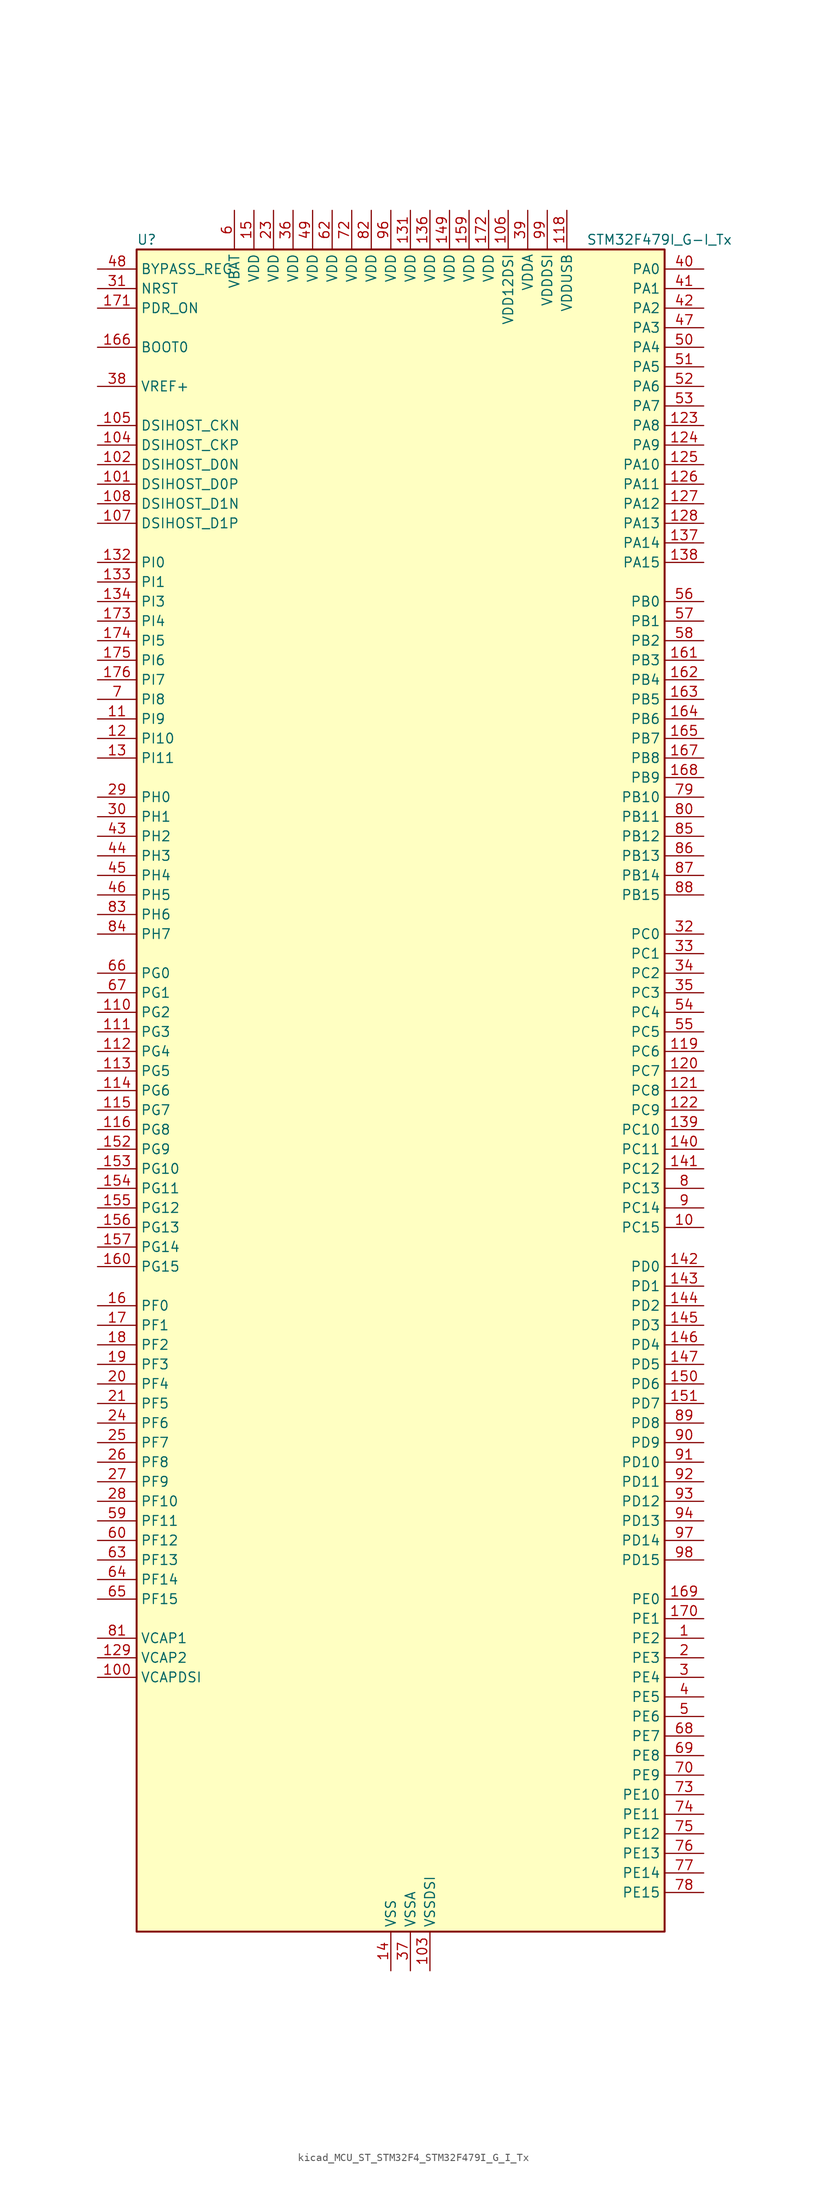
<source format=kicad_sym>
(kicad_symbol_lib
  (version 20220914)
  (generator kicad_symbol_editor)
  (symbol "kicad_MCU_ST_STM32F4_STM32F479I_G_I_Tx"
    (property "Reference" "U"
      (at -33.02 110.49 0)
      (effects (font (size 1.27 1.27)) (justify left)))
    (property "Value" "STM32F479I_G-I_Tx"
      (at 25.4 110.49 0)
      (effects (font (size 1.27 1.27)) (justify left)))
    (property "ki_locked" ""
      (at 0 0 0)
      (effects (font (size 1.27 1.27))))
    (symbol "kicad_MCU_ST_STM32F4_STM32F479I_G_I_Tx_0_1"
      (rectangle (start -33.02 -109.22) (end 35.56 109.22) (stroke (width 0.254) (type default)) (fill (type background))))
    (symbol "kicad_MCU_ST_STM32F4_STM32F479I_G_I_Tx_1_1"
      (pin bidirectional line (at 40.64 -71.12 180) (length 5.08) (name "PE2" (effects (font (size 1.27 1.27)))) (number "1" (effects (font (size 1.27 1.27)))) (alternate "ETH_TXD3" bidirectional line) (alternate "FMC_A23" bidirectional line) (alternate "QUADSPI_BK1_IO2" bidirectional line) (alternate "SAI1_MCLK_A" bidirectional line) (alternate "SPI4_SCK" bidirectional line) (alternate "SYS_TRACECLK" bidirectional line))
      (pin bidirectional line (at 40.64 -17.78 180) (length 5.08) (name "PC15" (effects (font (size 1.27 1.27)))) (number "10" (effects (font (size 1.27 1.27)))) (alternate "ADC1_EXTI15" bidirectional line) (alternate "ADC2_EXTI15" bidirectional line) (alternate "ADC3_EXTI15" bidirectional line) (alternate "RCC_OSC32_OUT" bidirectional line))
      (pin power_out line (at -38.1 -76.2 0) (length 5.08) (name "VCAPDSI" (effects (font (size 1.27 1.27)))) (number "100" (effects (font (size 1.27 1.27)))))
      (pin bidirectional line (at -38.1 78.74 0) (length 5.08) (name "DSIHOST_D0P" (effects (font (size 1.27 1.27)))) (number "101" (effects (font (size 1.27 1.27)))) (alternate "DSIHOST_D0P" bidirectional line))
      (pin bidirectional line (at -38.1 81.28 0) (length 5.08) (name "DSIHOST_D0N" (effects (font (size 1.27 1.27)))) (number "102" (effects (font (size 1.27 1.27)))) (alternate "DSIHOST_D0N" bidirectional line))
      (pin power_in line (at 5.08 -114.3 90) (length 5.08) (name "VSSDSI" (effects (font (size 1.27 1.27)))) (number "103" (effects (font (size 1.27 1.27)))))
      (pin bidirectional line (at -38.1 83.82 0) (length 5.08) (name "DSIHOST_CKP" (effects (font (size 1.27 1.27)))) (number "104" (effects (font (size 1.27 1.27)))) (alternate "DSIHOST_CKP" bidirectional line))
      (pin bidirectional line (at -38.1 86.36 0) (length 5.08) (name "DSIHOST_CKN" (effects (font (size 1.27 1.27)))) (number "105" (effects (font (size 1.27 1.27)))) (alternate "DSIHOST_CKN" bidirectional line))
      (pin power_in line (at 15.24 114.3 270) (length 5.08) (name "VDD12DSI" (effects (font (size 1.27 1.27)))) (number "106" (effects (font (size 1.27 1.27)))))
      (pin bidirectional line (at -38.1 73.66 0) (length 5.08) (name "DSIHOST_D1P" (effects (font (size 1.27 1.27)))) (number "107" (effects (font (size 1.27 1.27)))) (alternate "DSIHOST_D1P" bidirectional line))
      (pin bidirectional line (at -38.1 76.2 0) (length 5.08) (name "DSIHOST_D1N" (effects (font (size 1.27 1.27)))) (number "108" (effects (font (size 1.27 1.27)))) (alternate "DSIHOST_D1N" bidirectional line))
      (pin passive line (at 5.08 -114.3 90) (length 5.08) hide (name "VSSDSI" (effects (font (size 1.27 1.27)))) (number "109" (effects (font (size 1.27 1.27)))))
      (pin bidirectional line (at -38.1 48.26 0) (length 5.08) (name "PI9" (effects (font (size 1.27 1.27)))) (number "11" (effects (font (size 1.27 1.27)))) (alternate "CAN1_RX" bidirectional line) (alternate "DAC_EXTI9" bidirectional line) (alternate "FMC_D30" bidirectional line) (alternate "LTDC_VSYNC" bidirectional line))
      (pin bidirectional line (at -38.1 10.16 0) (length 5.08) (name "PG2" (effects (font (size 1.27 1.27)))) (number "110" (effects (font (size 1.27 1.27)))) (alternate "FMC_A12" bidirectional line))
      (pin bidirectional line (at -38.1 7.62 0) (length 5.08) (name "PG3" (effects (font (size 1.27 1.27)))) (number "111" (effects (font (size 1.27 1.27)))) (alternate "FMC_A13" bidirectional line))
      (pin bidirectional line (at -38.1 5.08 0) (length 5.08) (name "PG4" (effects (font (size 1.27 1.27)))) (number "112" (effects (font (size 1.27 1.27)))) (alternate "FMC_A14" bidirectional line) (alternate "FMC_BA0" bidirectional line))
      (pin bidirectional line (at -38.1 2.54 0) (length 5.08) (name "PG5" (effects (font (size 1.27 1.27)))) (number "113" (effects (font (size 1.27 1.27)))) (alternate "FMC_A15" bidirectional line) (alternate "FMC_BA1" bidirectional line))
      (pin bidirectional line (at -38.1 0 0) (length 5.08) (name "PG6" (effects (font (size 1.27 1.27)))) (number "114" (effects (font (size 1.27 1.27)))) (alternate "DCMI_D12" bidirectional line) (alternate "LTDC_R7" bidirectional line))
      (pin bidirectional line (at -38.1 -2.54 0) (length 5.08) (name "PG7" (effects (font (size 1.27 1.27)))) (number "115" (effects (font (size 1.27 1.27)))) (alternate "DCMI_D13" bidirectional line) (alternate "FMC_INT" bidirectional line) (alternate "LTDC_CLK" bidirectional line) (alternate "SAI1_MCLK_A" bidirectional line) (alternate "USART6_CK" bidirectional line))
      (pin bidirectional line (at -38.1 -5.08 0) (length 5.08) (name "PG8" (effects (font (size 1.27 1.27)))) (number "116" (effects (font (size 1.27 1.27)))) (alternate "ETH_PPS_OUT" bidirectional line) (alternate "FMC_SDCLK" bidirectional line) (alternate "LTDC_G7" bidirectional line) (alternate "SPI6_NSS" bidirectional line) (alternate "USART6_RTS" bidirectional line))
      (pin passive line (at 0 -114.3 90) (length 5.08) hide (name "VSS" (effects (font (size 1.27 1.27)))) (number "117" (effects (font (size 1.27 1.27)))))
      (pin power_in line (at 22.86 114.3 270) (length 5.08) (name "VDDUSB" (effects (font (size 1.27 1.27)))) (number "118" (effects (font (size 1.27 1.27)))))
      (pin bidirectional line (at 40.64 5.08 180) (length 5.08) (name "PC6" (effects (font (size 1.27 1.27)))) (number "119" (effects (font (size 1.27 1.27)))) (alternate "DCMI_D0" bidirectional line) (alternate "I2S2_MCK" bidirectional line) (alternate "LTDC_HSYNC" bidirectional line) (alternate "SDIO_D6" bidirectional line) (alternate "TIM3_CH1" bidirectional line) (alternate "TIM8_CH1" bidirectional line) (alternate "USART6_TX" bidirectional line))
      (pin bidirectional line (at -38.1 45.72 0) (length 5.08) (name "PI10" (effects (font (size 1.27 1.27)))) (number "12" (effects (font (size 1.27 1.27)))) (alternate "ETH_RX_ER" bidirectional line) (alternate "FMC_D31" bidirectional line) (alternate "LTDC_HSYNC" bidirectional line))
      (pin bidirectional line (at 40.64 2.54 180) (length 5.08) (name "PC7" (effects (font (size 1.27 1.27)))) (number "120" (effects (font (size 1.27 1.27)))) (alternate "DCMI_D1" bidirectional line) (alternate "I2S3_MCK" bidirectional line) (alternate "LTDC_G6" bidirectional line) (alternate "SDIO_D7" bidirectional line) (alternate "TIM3_CH2" bidirectional line) (alternate "TIM8_CH2" bidirectional line) (alternate "USART6_RX" bidirectional line))
      (pin bidirectional line (at 40.64 0 180) (length 5.08) (name "PC8" (effects (font (size 1.27 1.27)))) (number "121" (effects (font (size 1.27 1.27)))) (alternate "DCMI_D2" bidirectional line) (alternate "SDIO_D0" bidirectional line) (alternate "SYS_TRACED1" bidirectional line) (alternate "TIM3_CH3" bidirectional line) (alternate "TIM8_CH3" bidirectional line) (alternate "USART6_CK" bidirectional line))
      (pin bidirectional line (at 40.64 -2.54 180) (length 5.08) (name "PC9" (effects (font (size 1.27 1.27)))) (number "122" (effects (font (size 1.27 1.27)))) (alternate "DAC_EXTI9" bidirectional line) (alternate "DCMI_D3" bidirectional line) (alternate "I2C3_SDA" bidirectional line) (alternate "I2S_CKIN" bidirectional line) (alternate "QUADSPI_BK1_IO0" bidirectional line) (alternate "RCC_MCO_2" bidirectional line) (alternate "SDIO_D1" bidirectional line) (alternate "TIM3_CH4" bidirectional line) (alternate "TIM8_CH4" bidirectional line))
      (pin bidirectional line (at 40.64 86.36 180) (length 5.08) (name "PA8" (effects (font (size 1.27 1.27)))) (number "123" (effects (font (size 1.27 1.27)))) (alternate "I2C3_SCL" bidirectional line) (alternate "LTDC_R6" bidirectional line) (alternate "RCC_MCO_1" bidirectional line) (alternate "TIM1_CH1" bidirectional line) (alternate "USART1_CK" bidirectional line) (alternate "USB_OTG_FS_SOF" bidirectional line))
      (pin bidirectional line (at 40.64 83.82 180) (length 5.08) (name "PA9" (effects (font (size 1.27 1.27)))) (number "124" (effects (font (size 1.27 1.27)))) (alternate "DAC_EXTI9" bidirectional line) (alternate "DCMI_D0" bidirectional line) (alternate "I2C3_SMBA" bidirectional line) (alternate "I2S2_CK" bidirectional line) (alternate "SPI2_SCK" bidirectional line) (alternate "TIM1_CH2" bidirectional line) (alternate "USART1_TX" bidirectional line) (alternate "USB_OTG_FS_VBUS" bidirectional line))
      (pin bidirectional line (at 40.64 81.28 180) (length 5.08) (name "PA10" (effects (font (size 1.27 1.27)))) (number "125" (effects (font (size 1.27 1.27)))) (alternate "DCMI_D1" bidirectional line) (alternate "TIM1_CH3" bidirectional line) (alternate "USART1_RX" bidirectional line) (alternate "USB_OTG_FS_ID" bidirectional line))
      (pin bidirectional line (at 40.64 78.74 180) (length 5.08) (name "PA11" (effects (font (size 1.27 1.27)))) (number "126" (effects (font (size 1.27 1.27)))) (alternate "ADC1_EXTI11" bidirectional line) (alternate "ADC2_EXTI11" bidirectional line) (alternate "ADC3_EXTI11" bidirectional line) (alternate "CAN1_RX" bidirectional line) (alternate "LTDC_R4" bidirectional line) (alternate "TIM1_CH4" bidirectional line) (alternate "USART1_CTS" bidirectional line) (alternate "USB_OTG_FS_DM" bidirectional line))
      (pin bidirectional line (at 40.64 76.2 180) (length 5.08) (name "PA12" (effects (font (size 1.27 1.27)))) (number "127" (effects (font (size 1.27 1.27)))) (alternate "CAN1_TX" bidirectional line) (alternate "LTDC_R5" bidirectional line) (alternate "TIM1_ETR" bidirectional line) (alternate "USART1_RTS" bidirectional line) (alternate "USB_OTG_FS_DP" bidirectional line))
      (pin bidirectional line (at 40.64 73.66 180) (length 5.08) (name "PA13" (effects (font (size 1.27 1.27)))) (number "128" (effects (font (size 1.27 1.27)))) (alternate "SYS_JTMS-SWDIO" bidirectional line))
      (pin power_out line (at -38.1 -73.66 0) (length 5.08) (name "VCAP2" (effects (font (size 1.27 1.27)))) (number "129" (effects (font (size 1.27 1.27)))))
      (pin bidirectional line (at -38.1 43.18 0) (length 5.08) (name "PI11" (effects (font (size 1.27 1.27)))) (number "13" (effects (font (size 1.27 1.27)))) (alternate "ADC1_EXTI11" bidirectional line) (alternate "ADC2_EXTI11" bidirectional line) (alternate "ADC3_EXTI11" bidirectional line) (alternate "LTDC_G6" bidirectional line) (alternate "USB_OTG_HS_ULPI_DIR" bidirectional line))
      (pin passive line (at 0 -114.3 90) (length 5.08) hide (name "VSS" (effects (font (size 1.27 1.27)))) (number "130" (effects (font (size 1.27 1.27)))))
      (pin power_in line (at 2.54 114.3 270) (length 5.08) (name "VDD" (effects (font (size 1.27 1.27)))) (number "131" (effects (font (size 1.27 1.27)))))
      (pin bidirectional line (at -38.1 68.58 0) (length 5.08) (name "PI0" (effects (font (size 1.27 1.27)))) (number "132" (effects (font (size 1.27 1.27)))) (alternate "DCMI_D13" bidirectional line) (alternate "FMC_D24" bidirectional line) (alternate "I2S2_WS" bidirectional line) (alternate "LTDC_G5" bidirectional line) (alternate "SPI2_NSS" bidirectional line) (alternate "TIM5_CH4" bidirectional line))
      (pin bidirectional line (at -38.1 66.04 0) (length 5.08) (name "PI1" (effects (font (size 1.27 1.27)))) (number "133" (effects (font (size 1.27 1.27)))) (alternate "DCMI_D8" bidirectional line) (alternate "FMC_D25" bidirectional line) (alternate "I2S2_CK" bidirectional line) (alternate "LTDC_G6" bidirectional line) (alternate "SPI2_SCK" bidirectional line))
      (pin bidirectional line (at -38.1 63.5 0) (length 5.08) (name "PI3" (effects (font (size 1.27 1.27)))) (number "134" (effects (font (size 1.27 1.27)))) (alternate "DCMI_D10" bidirectional line) (alternate "FMC_D27" bidirectional line) (alternate "I2S2_SD" bidirectional line) (alternate "SPI2_MOSI" bidirectional line) (alternate "TIM8_ETR" bidirectional line))
      (pin passive line (at 0 -114.3 90) (length 5.08) hide (name "VSS" (effects (font (size 1.27 1.27)))) (number "135" (effects (font (size 1.27 1.27)))))
      (pin power_in line (at 5.08 114.3 270) (length 5.08) (name "VDD" (effects (font (size 1.27 1.27)))) (number "136" (effects (font (size 1.27 1.27)))))
      (pin bidirectional line (at 40.64 71.12 180) (length 5.08) (name "PA14" (effects (font (size 1.27 1.27)))) (number "137" (effects (font (size 1.27 1.27)))) (alternate "SYS_JTCK-SWCLK" bidirectional line))
      (pin bidirectional line (at 40.64 68.58 180) (length 5.08) (name "PA15" (effects (font (size 1.27 1.27)))) (number "138" (effects (font (size 1.27 1.27)))) (alternate "ADC1_EXTI15" bidirectional line) (alternate "ADC2_EXTI15" bidirectional line) (alternate "ADC3_EXTI15" bidirectional line) (alternate "I2S3_WS" bidirectional line) (alternate "SPI1_NSS" bidirectional line) (alternate "SPI3_NSS" bidirectional line) (alternate "SYS_JTDI" bidirectional line) (alternate "TIM2_CH1" bidirectional line) (alternate "TIM2_ETR" bidirectional line))
      (pin bidirectional line (at 40.64 -5.08 180) (length 5.08) (name "PC10" (effects (font (size 1.27 1.27)))) (number "139" (effects (font (size 1.27 1.27)))) (alternate "DCMI_D8" bidirectional line) (alternate "I2S3_CK" bidirectional line) (alternate "LTDC_R2" bidirectional line) (alternate "QUADSPI_BK1_IO1" bidirectional line) (alternate "SDIO_D2" bidirectional line) (alternate "SPI3_SCK" bidirectional line) (alternate "UART4_TX" bidirectional line) (alternate "USART3_TX" bidirectional line))
      (pin power_in line (at 0 -114.3 90) (length 5.08) (name "VSS" (effects (font (size 1.27 1.27)))) (number "14" (effects (font (size 1.27 1.27)))))
      (pin bidirectional line (at 40.64 -7.62 180) (length 5.08) (name "PC11" (effects (font (size 1.27 1.27)))) (number "140" (effects (font (size 1.27 1.27)))) (alternate "ADC1_EXTI11" bidirectional line) (alternate "ADC2_EXTI11" bidirectional line) (alternate "ADC3_EXTI11" bidirectional line) (alternate "DCMI_D4" bidirectional line) (alternate "I2S3_ext_SD" bidirectional line) (alternate "QUADSPI_BK2_NCS" bidirectional line) (alternate "SDIO_D3" bidirectional line) (alternate "SPI3_MISO" bidirectional line) (alternate "UART4_RX" bidirectional line) (alternate "USART3_RX" bidirectional line))
      (pin bidirectional line (at 40.64 -10.16 180) (length 5.08) (name "PC12" (effects (font (size 1.27 1.27)))) (number "141" (effects (font (size 1.27 1.27)))) (alternate "DCMI_D9" bidirectional line) (alternate "I2S3_SD" bidirectional line) (alternate "SDIO_CK" bidirectional line) (alternate "SPI3_MOSI" bidirectional line) (alternate "SYS_TRACED3" bidirectional line) (alternate "UART5_TX" bidirectional line) (alternate "USART3_CK" bidirectional line))
      (pin bidirectional line (at 40.64 -22.86 180) (length 5.08) (name "PD0" (effects (font (size 1.27 1.27)))) (number "142" (effects (font (size 1.27 1.27)))) (alternate "CAN1_RX" bidirectional line) (alternate "FMC_D2" bidirectional line) (alternate "FMC_DA2" bidirectional line))
      (pin bidirectional line (at 40.64 -25.4 180) (length 5.08) (name "PD1" (effects (font (size 1.27 1.27)))) (number "143" (effects (font (size 1.27 1.27)))) (alternate "CAN1_TX" bidirectional line) (alternate "FMC_D3" bidirectional line) (alternate "FMC_DA3" bidirectional line))
      (pin bidirectional line (at 40.64 -27.94 180) (length 5.08) (name "PD2" (effects (font (size 1.27 1.27)))) (number "144" (effects (font (size 1.27 1.27)))) (alternate "DCMI_D11" bidirectional line) (alternate "SDIO_CMD" bidirectional line) (alternate "SYS_TRACED2" bidirectional line) (alternate "TIM3_ETR" bidirectional line) (alternate "UART5_RX" bidirectional line))
      (pin bidirectional line (at 40.64 -30.48 180) (length 5.08) (name "PD3" (effects (font (size 1.27 1.27)))) (number "145" (effects (font (size 1.27 1.27)))) (alternate "DCMI_D5" bidirectional line) (alternate "FMC_CLK" bidirectional line) (alternate "I2S2_CK" bidirectional line) (alternate "LTDC_G7" bidirectional line) (alternate "SPI2_SCK" bidirectional line) (alternate "USART2_CTS" bidirectional line))
      (pin bidirectional line (at 40.64 -33.02 180) (length 5.08) (name "PD4" (effects (font (size 1.27 1.27)))) (number "146" (effects (font (size 1.27 1.27)))) (alternate "FMC_NOE" bidirectional line) (alternate "USART2_RTS" bidirectional line))
      (pin bidirectional line (at 40.64 -35.56 180) (length 5.08) (name "PD5" (effects (font (size 1.27 1.27)))) (number "147" (effects (font (size 1.27 1.27)))) (alternate "FMC_NWE" bidirectional line) (alternate "USART2_TX" bidirectional line))
      (pin passive line (at 0 -114.3 90) (length 5.08) hide (name "VSS" (effects (font (size 1.27 1.27)))) (number "148" (effects (font (size 1.27 1.27)))))
      (pin power_in line (at 7.62 114.3 270) (length 5.08) (name "VDD" (effects (font (size 1.27 1.27)))) (number "149" (effects (font (size 1.27 1.27)))))
      (pin power_in line (at -17.78 114.3 270) (length 5.08) (name "VDD" (effects (font (size 1.27 1.27)))) (number "15" (effects (font (size 1.27 1.27)))))
      (pin bidirectional line (at 40.64 -38.1 180) (length 5.08) (name "PD6" (effects (font (size 1.27 1.27)))) (number "150" (effects (font (size 1.27 1.27)))) (alternate "DCMI_D10" bidirectional line) (alternate "FMC_NWAIT" bidirectional line) (alternate "I2S3_SD" bidirectional line) (alternate "LTDC_B2" bidirectional line) (alternate "SAI1_SD_A" bidirectional line) (alternate "SPI3_MOSI" bidirectional line) (alternate "USART2_RX" bidirectional line))
      (pin bidirectional line (at 40.64 -40.64 180) (length 5.08) (name "PD7" (effects (font (size 1.27 1.27)))) (number "151" (effects (font (size 1.27 1.27)))) (alternate "FMC_NE1" bidirectional line) (alternate "USART2_CK" bidirectional line))
      (pin bidirectional line (at -38.1 -7.62 0) (length 5.08) (name "PG9" (effects (font (size 1.27 1.27)))) (number "152" (effects (font (size 1.27 1.27)))) (alternate "DAC_EXTI9" bidirectional line) (alternate "DCMI_VSYNC" bidirectional line) (alternate "FMC_NCE" bidirectional line) (alternate "FMC_NE2" bidirectional line) (alternate "QUADSPI_BK2_IO2" bidirectional line) (alternate "USART6_RX" bidirectional line))
      (pin bidirectional line (at -38.1 -10.16 0) (length 5.08) (name "PG10" (effects (font (size 1.27 1.27)))) (number "153" (effects (font (size 1.27 1.27)))) (alternate "DCMI_D2" bidirectional line) (alternate "FMC_NE3" bidirectional line) (alternate "LTDC_B2" bidirectional line) (alternate "LTDC_G3" bidirectional line))
      (pin bidirectional line (at -38.1 -12.7 0) (length 5.08) (name "PG11" (effects (font (size 1.27 1.27)))) (number "154" (effects (font (size 1.27 1.27)))) (alternate "ADC1_EXTI11" bidirectional line) (alternate "ADC2_EXTI11" bidirectional line) (alternate "ADC3_EXTI11" bidirectional line) (alternate "DCMI_D3" bidirectional line) (alternate "ETH_TX_EN" bidirectional line) (alternate "LTDC_B3" bidirectional line))
      (pin bidirectional line (at -38.1 -15.24 0) (length 5.08) (name "PG12" (effects (font (size 1.27 1.27)))) (number "155" (effects (font (size 1.27 1.27)))) (alternate "FMC_NE4" bidirectional line) (alternate "LTDC_B1" bidirectional line) (alternate "LTDC_B4" bidirectional line) (alternate "SPI6_MISO" bidirectional line) (alternate "USART6_RTS" bidirectional line))
      (pin bidirectional line (at -38.1 -17.78 0) (length 5.08) (name "PG13" (effects (font (size 1.27 1.27)))) (number "156" (effects (font (size 1.27 1.27)))) (alternate "ETH_TXD0" bidirectional line) (alternate "FMC_A24" bidirectional line) (alternate "LTDC_R0" bidirectional line) (alternate "SPI6_SCK" bidirectional line) (alternate "SYS_TRACED0" bidirectional line) (alternate "USART6_CTS" bidirectional line))
      (pin bidirectional line (at -38.1 -20.32 0) (length 5.08) (name "PG14" (effects (font (size 1.27 1.27)))) (number "157" (effects (font (size 1.27 1.27)))) (alternate "ETH_TXD1" bidirectional line) (alternate "FMC_A25" bidirectional line) (alternate "LTDC_B0" bidirectional line) (alternate "QUADSPI_BK2_IO3" bidirectional line) (alternate "SPI6_MOSI" bidirectional line) (alternate "SYS_TRACED1" bidirectional line) (alternate "USART6_TX" bidirectional line))
      (pin passive line (at 0 -114.3 90) (length 5.08) hide (name "VSS" (effects (font (size 1.27 1.27)))) (number "158" (effects (font (size 1.27 1.27)))))
      (pin power_in line (at 10.16 114.3 270) (length 5.08) (name "VDD" (effects (font (size 1.27 1.27)))) (number "159" (effects (font (size 1.27 1.27)))))
      (pin bidirectional line (at -38.1 -27.94 0) (length 5.08) (name "PF0" (effects (font (size 1.27 1.27)))) (number "16" (effects (font (size 1.27 1.27)))) (alternate "FMC_A0" bidirectional line) (alternate "I2C2_SDA" bidirectional line))
      (pin bidirectional line (at -38.1 -22.86 0) (length 5.08) (name "PG15" (effects (font (size 1.27 1.27)))) (number "160" (effects (font (size 1.27 1.27)))) (alternate "ADC1_EXTI15" bidirectional line) (alternate "ADC2_EXTI15" bidirectional line) (alternate "ADC3_EXTI15" bidirectional line) (alternate "DCMI_D13" bidirectional line) (alternate "FMC_SDNCAS" bidirectional line) (alternate "USART6_CTS" bidirectional line))
      (pin bidirectional line (at 40.64 55.88 180) (length 5.08) (name "PB3" (effects (font (size 1.27 1.27)))) (number "161" (effects (font (size 1.27 1.27)))) (alternate "I2S3_CK" bidirectional line) (alternate "SPI1_SCK" bidirectional line) (alternate "SPI3_SCK" bidirectional line) (alternate "SYS_JTDO-SWO" bidirectional line) (alternate "TIM2_CH2" bidirectional line))
      (pin bidirectional line (at 40.64 53.34 180) (length 5.08) (name "PB4" (effects (font (size 1.27 1.27)))) (number "162" (effects (font (size 1.27 1.27)))) (alternate "I2S3_ext_SD" bidirectional line) (alternate "SPI1_MISO" bidirectional line) (alternate "SPI3_MISO" bidirectional line) (alternate "SYS_JTRST" bidirectional line) (alternate "TIM3_CH1" bidirectional line))
      (pin bidirectional line (at 40.64 50.8 180) (length 5.08) (name "PB5" (effects (font (size 1.27 1.27)))) (number "163" (effects (font (size 1.27 1.27)))) (alternate "CAN2_RX" bidirectional line) (alternate "DCMI_D10" bidirectional line) (alternate "ETH_PPS_OUT" bidirectional line) (alternate "FMC_SDCKE1" bidirectional line) (alternate "I2C1_SMBA" bidirectional line) (alternate "I2S3_SD" bidirectional line) (alternate "LTDC_G7" bidirectional line) (alternate "SPI1_MOSI" bidirectional line) (alternate "SPI3_MOSI" bidirectional line) (alternate "TIM3_CH2" bidirectional line) (alternate "USB_OTG_HS_ULPI_D7" bidirectional line))
      (pin bidirectional line (at 40.64 48.26 180) (length 5.08) (name "PB6" (effects (font (size 1.27 1.27)))) (number "164" (effects (font (size 1.27 1.27)))) (alternate "CAN2_TX" bidirectional line) (alternate "DCMI_D5" bidirectional line) (alternate "FMC_SDNE1" bidirectional line) (alternate "I2C1_SCL" bidirectional line) (alternate "QUADSPI_BK1_NCS" bidirectional line) (alternate "TIM4_CH1" bidirectional line) (alternate "USART1_TX" bidirectional line))
      (pin bidirectional line (at 40.64 45.72 180) (length 5.08) (name "PB7" (effects (font (size 1.27 1.27)))) (number "165" (effects (font (size 1.27 1.27)))) (alternate "DCMI_VSYNC" bidirectional line) (alternate "FMC_NL" bidirectional line) (alternate "I2C1_SDA" bidirectional line) (alternate "TIM4_CH2" bidirectional line) (alternate "USART1_RX" bidirectional line))
      (pin input line (at -38.1 96.52 0) (length 5.08) (name "BOOT0" (effects (font (size 1.27 1.27)))) (number "166" (effects (font (size 1.27 1.27)))))
      (pin bidirectional line (at 40.64 43.18 180) (length 5.08) (name "PB8" (effects (font (size 1.27 1.27)))) (number "167" (effects (font (size 1.27 1.27)))) (alternate "CAN1_RX" bidirectional line) (alternate "DCMI_D6" bidirectional line) (alternate "ETH_TXD3" bidirectional line) (alternate "I2C1_SCL" bidirectional line) (alternate "LTDC_B6" bidirectional line) (alternate "SDIO_D4" bidirectional line) (alternate "TIM10_CH1" bidirectional line) (alternate "TIM4_CH3" bidirectional line))
      (pin bidirectional line (at 40.64 40.64 180) (length 5.08) (name "PB9" (effects (font (size 1.27 1.27)))) (number "168" (effects (font (size 1.27 1.27)))) (alternate "CAN1_TX" bidirectional line) (alternate "DAC_EXTI9" bidirectional line) (alternate "DCMI_D7" bidirectional line) (alternate "I2C1_SDA" bidirectional line) (alternate "I2S2_WS" bidirectional line) (alternate "LTDC_B7" bidirectional line) (alternate "SDIO_D5" bidirectional line) (alternate "SPI2_NSS" bidirectional line) (alternate "TIM11_CH1" bidirectional line) (alternate "TIM4_CH4" bidirectional line))
      (pin bidirectional line (at 40.64 -66.04 180) (length 5.08) (name "PE0" (effects (font (size 1.27 1.27)))) (number "169" (effects (font (size 1.27 1.27)))) (alternate "DCMI_D2" bidirectional line) (alternate "FMC_NBL0" bidirectional line) (alternate "TIM4_ETR" bidirectional line) (alternate "UART8_RX" bidirectional line))
      (pin bidirectional line (at -38.1 -30.48 0) (length 5.08) (name "PF1" (effects (font (size 1.27 1.27)))) (number "17" (effects (font (size 1.27 1.27)))) (alternate "FMC_A1" bidirectional line) (alternate "I2C2_SCL" bidirectional line))
      (pin bidirectional line (at 40.64 -68.58 180) (length 5.08) (name "PE1" (effects (font (size 1.27 1.27)))) (number "170" (effects (font (size 1.27 1.27)))) (alternate "DCMI_D3" bidirectional line) (alternate "FMC_NBL1" bidirectional line) (alternate "UART8_TX" bidirectional line))
      (pin input line (at -38.1 101.6 0) (length 5.08) (name "PDR_ON" (effects (font (size 1.27 1.27)))) (number "171" (effects (font (size 1.27 1.27)))))
      (pin power_in line (at 12.7 114.3 270) (length 5.08) (name "VDD" (effects (font (size 1.27 1.27)))) (number "172" (effects (font (size 1.27 1.27)))))
      (pin bidirectional line (at -38.1 60.96 0) (length 5.08) (name "PI4" (effects (font (size 1.27 1.27)))) (number "173" (effects (font (size 1.27 1.27)))) (alternate "DCMI_D5" bidirectional line) (alternate "FMC_NBL2" bidirectional line) (alternate "LTDC_B4" bidirectional line) (alternate "TIM8_BKIN" bidirectional line))
      (pin bidirectional line (at -38.1 58.42 0) (length 5.08) (name "PI5" (effects (font (size 1.27 1.27)))) (number "174" (effects (font (size 1.27 1.27)))) (alternate "DCMI_VSYNC" bidirectional line) (alternate "FMC_NBL3" bidirectional line) (alternate "LTDC_B5" bidirectional line) (alternate "TIM8_CH1" bidirectional line))
      (pin bidirectional line (at -38.1 55.88 0) (length 5.08) (name "PI6" (effects (font (size 1.27 1.27)))) (number "175" (effects (font (size 1.27 1.27)))) (alternate "DCMI_D6" bidirectional line) (alternate "FMC_D28" bidirectional line) (alternate "LTDC_B6" bidirectional line) (alternate "TIM8_CH2" bidirectional line))
      (pin bidirectional line (at -38.1 53.34 0) (length 5.08) (name "PI7" (effects (font (size 1.27 1.27)))) (number "176" (effects (font (size 1.27 1.27)))) (alternate "DCMI_D7" bidirectional line) (alternate "FMC_D29" bidirectional line) (alternate "LTDC_B7" bidirectional line) (alternate "TIM8_CH3" bidirectional line))
      (pin bidirectional line (at -38.1 -33.02 0) (length 5.08) (name "PF2" (effects (font (size 1.27 1.27)))) (number "18" (effects (font (size 1.27 1.27)))) (alternate "FMC_A2" bidirectional line) (alternate "I2C2_SMBA" bidirectional line))
      (pin bidirectional line (at -38.1 -35.56 0) (length 5.08) (name "PF3" (effects (font (size 1.27 1.27)))) (number "19" (effects (font (size 1.27 1.27)))) (alternate "ADC3_IN9" bidirectional line) (alternate "FMC_A3" bidirectional line))
      (pin bidirectional line (at 40.64 -73.66 180) (length 5.08) (name "PE3" (effects (font (size 1.27 1.27)))) (number "2" (effects (font (size 1.27 1.27)))) (alternate "FMC_A19" bidirectional line) (alternate "SAI1_SD_B" bidirectional line) (alternate "SYS_TRACED0" bidirectional line))
      (pin bidirectional line (at -38.1 -38.1 0) (length 5.08) (name "PF4" (effects (font (size 1.27 1.27)))) (number "20" (effects (font (size 1.27 1.27)))) (alternate "ADC3_IN14" bidirectional line) (alternate "FMC_A4" bidirectional line))
      (pin bidirectional line (at -38.1 -40.64 0) (length 5.08) (name "PF5" (effects (font (size 1.27 1.27)))) (number "21" (effects (font (size 1.27 1.27)))) (alternate "ADC3_IN15" bidirectional line) (alternate "FMC_A5" bidirectional line))
      (pin passive line (at 0 -114.3 90) (length 5.08) hide (name "VSS" (effects (font (size 1.27 1.27)))) (number "22" (effects (font (size 1.27 1.27)))))
      (pin power_in line (at -15.24 114.3 270) (length 5.08) (name "VDD" (effects (font (size 1.27 1.27)))) (number "23" (effects (font (size 1.27 1.27)))))
      (pin bidirectional line (at -38.1 -43.18 0) (length 5.08) (name "PF6" (effects (font (size 1.27 1.27)))) (number "24" (effects (font (size 1.27 1.27)))) (alternate "ADC3_IN4" bidirectional line) (alternate "QUADSPI_BK1_IO3" bidirectional line) (alternate "SAI1_SD_B" bidirectional line) (alternate "SPI5_NSS" bidirectional line) (alternate "TIM10_CH1" bidirectional line) (alternate "UART7_RX" bidirectional line))
      (pin bidirectional line (at -38.1 -45.72 0) (length 5.08) (name "PF7" (effects (font (size 1.27 1.27)))) (number "25" (effects (font (size 1.27 1.27)))) (alternate "ADC3_IN5" bidirectional line) (alternate "QUADSPI_BK1_IO2" bidirectional line) (alternate "SAI1_MCLK_B" bidirectional line) (alternate "SPI5_SCK" bidirectional line) (alternate "TIM11_CH1" bidirectional line) (alternate "UART7_TX" bidirectional line))
      (pin bidirectional line (at -38.1 -48.26 0) (length 5.08) (name "PF8" (effects (font (size 1.27 1.27)))) (number "26" (effects (font (size 1.27 1.27)))) (alternate "ADC3_IN6" bidirectional line) (alternate "QUADSPI_BK1_IO0" bidirectional line) (alternate "SAI1_SCK_B" bidirectional line) (alternate "SPI5_MISO" bidirectional line) (alternate "TIM13_CH1" bidirectional line))
      (pin bidirectional line (at -38.1 -50.8 0) (length 5.08) (name "PF9" (effects (font (size 1.27 1.27)))) (number "27" (effects (font (size 1.27 1.27)))) (alternate "ADC3_IN7" bidirectional line) (alternate "DAC_EXTI9" bidirectional line) (alternate "QUADSPI_BK1_IO1" bidirectional line) (alternate "SAI1_FS_B" bidirectional line) (alternate "SPI5_MOSI" bidirectional line) (alternate "TIM14_CH1" bidirectional line))
      (pin bidirectional line (at -38.1 -53.34 0) (length 5.08) (name "PF10" (effects (font (size 1.27 1.27)))) (number "28" (effects (font (size 1.27 1.27)))) (alternate "ADC3_IN8" bidirectional line) (alternate "DCMI_D11" bidirectional line) (alternate "LTDC_DE" bidirectional line) (alternate "QUADSPI_CLK" bidirectional line))
      (pin bidirectional line (at -38.1 38.1 0) (length 5.08) (name "PH0" (effects (font (size 1.27 1.27)))) (number "29" (effects (font (size 1.27 1.27)))) (alternate "RCC_OSC_IN" bidirectional line))
      (pin bidirectional line (at 40.64 -76.2 180) (length 5.08) (name "PE4" (effects (font (size 1.27 1.27)))) (number "3" (effects (font (size 1.27 1.27)))) (alternate "DCMI_D4" bidirectional line) (alternate "FMC_A20" bidirectional line) (alternate "LTDC_B0" bidirectional line) (alternate "SAI1_FS_A" bidirectional line) (alternate "SPI4_NSS" bidirectional line) (alternate "SYS_TRACED1" bidirectional line))
      (pin bidirectional line (at -38.1 35.56 0) (length 5.08) (name "PH1" (effects (font (size 1.27 1.27)))) (number "30" (effects (font (size 1.27 1.27)))) (alternate "RCC_OSC_OUT" bidirectional line))
      (pin input line (at -38.1 104.14 0) (length 5.08) (name "NRST" (effects (font (size 1.27 1.27)))) (number "31" (effects (font (size 1.27 1.27)))))
      (pin bidirectional line (at 40.64 20.32 180) (length 5.08) (name "PC0" (effects (font (size 1.27 1.27)))) (number "32" (effects (font (size 1.27 1.27)))) (alternate "ADC1_IN10" bidirectional line) (alternate "ADC2_IN10" bidirectional line) (alternate "ADC3_IN10" bidirectional line) (alternate "FMC_SDNWE" bidirectional line) (alternate "LTDC_R5" bidirectional line) (alternate "USB_OTG_HS_ULPI_STP" bidirectional line))
      (pin bidirectional line (at 40.64 17.78 180) (length 5.08) (name "PC1" (effects (font (size 1.27 1.27)))) (number "33" (effects (font (size 1.27 1.27)))) (alternate "ADC1_IN11" bidirectional line) (alternate "ADC2_IN11" bidirectional line) (alternate "ADC3_IN11" bidirectional line) (alternate "ETH_MDC" bidirectional line) (alternate "I2S2_SD" bidirectional line) (alternate "SAI1_SD_A" bidirectional line) (alternate "SPI2_MOSI" bidirectional line) (alternate "SYS_TRACED0" bidirectional line))
      (pin bidirectional line (at 40.64 15.24 180) (length 5.08) (name "PC2" (effects (font (size 1.27 1.27)))) (number "34" (effects (font (size 1.27 1.27)))) (alternate "ADC1_IN12" bidirectional line) (alternate "ADC2_IN12" bidirectional line) (alternate "ADC3_IN12" bidirectional line) (alternate "ETH_TXD2" bidirectional line) (alternate "FMC_SDNE0" bidirectional line) (alternate "I2S2_ext_SD" bidirectional line) (alternate "SPI2_MISO" bidirectional line) (alternate "USB_OTG_HS_ULPI_DIR" bidirectional line))
      (pin bidirectional line (at 40.64 12.7 180) (length 5.08) (name "PC3" (effects (font (size 1.27 1.27)))) (number "35" (effects (font (size 1.27 1.27)))) (alternate "ADC1_IN13" bidirectional line) (alternate "ADC2_IN13" bidirectional line) (alternate "ADC3_IN13" bidirectional line) (alternate "ETH_TX_CLK" bidirectional line) (alternate "FMC_SDCKE0" bidirectional line) (alternate "I2S2_SD" bidirectional line) (alternate "SPI2_MOSI" bidirectional line) (alternate "USB_OTG_HS_ULPI_NXT" bidirectional line))
      (pin power_in line (at -12.7 114.3 270) (length 5.08) (name "VDD" (effects (font (size 1.27 1.27)))) (number "36" (effects (font (size 1.27 1.27)))))
      (pin power_in line (at 2.54 -114.3 90) (length 5.08) (name "VSSA" (effects (font (size 1.27 1.27)))) (number "37" (effects (font (size 1.27 1.27)))))
      (pin input line (at -38.1 91.44 0) (length 5.08) (name "VREF+" (effects (font (size 1.27 1.27)))) (number "38" (effects (font (size 1.27 1.27)))))
      (pin power_in line (at 17.78 114.3 270) (length 5.08) (name "VDDA" (effects (font (size 1.27 1.27)))) (number "39" (effects (font (size 1.27 1.27)))))
      (pin bidirectional line (at 40.64 -78.74 180) (length 5.08) (name "PE5" (effects (font (size 1.27 1.27)))) (number "4" (effects (font (size 1.27 1.27)))) (alternate "DCMI_D6" bidirectional line) (alternate "FMC_A21" bidirectional line) (alternate "LTDC_G0" bidirectional line) (alternate "SAI1_SCK_A" bidirectional line) (alternate "SPI4_MISO" bidirectional line) (alternate "SYS_TRACED2" bidirectional line) (alternate "TIM9_CH1" bidirectional line))
      (pin bidirectional line (at 40.64 106.68 180) (length 5.08) (name "PA0" (effects (font (size 1.27 1.27)))) (number "40" (effects (font (size 1.27 1.27)))) (alternate "ADC1_IN0" bidirectional line) (alternate "ADC2_IN0" bidirectional line) (alternate "ADC3_IN0" bidirectional line) (alternate "ETH_CRS" bidirectional line) (alternate "SYS_WKUP" bidirectional line) (alternate "TIM2_CH1" bidirectional line) (alternate "TIM2_ETR" bidirectional line) (alternate "TIM5_CH1" bidirectional line) (alternate "TIM8_ETR" bidirectional line) (alternate "UART4_TX" bidirectional line) (alternate "USART2_CTS" bidirectional line))
      (pin bidirectional line (at 40.64 104.14 180) (length 5.08) (name "PA1" (effects (font (size 1.27 1.27)))) (number "41" (effects (font (size 1.27 1.27)))) (alternate "ADC1_IN1" bidirectional line) (alternate "ADC2_IN1" bidirectional line) (alternate "ADC3_IN1" bidirectional line) (alternate "ETH_REF_CLK" bidirectional line) (alternate "ETH_RX_CLK" bidirectional line) (alternate "LTDC_R2" bidirectional line) (alternate "QUADSPI_BK1_IO3" bidirectional line) (alternate "TIM2_CH2" bidirectional line) (alternate "TIM5_CH2" bidirectional line) (alternate "UART4_RX" bidirectional line) (alternate "USART2_RTS" bidirectional line))
      (pin bidirectional line (at 40.64 101.6 180) (length 5.08) (name "PA2" (effects (font (size 1.27 1.27)))) (number "42" (effects (font (size 1.27 1.27)))) (alternate "ADC1_IN2" bidirectional line) (alternate "ADC2_IN2" bidirectional line) (alternate "ADC3_IN2" bidirectional line) (alternate "ETH_MDIO" bidirectional line) (alternate "LTDC_R1" bidirectional line) (alternate "TIM2_CH3" bidirectional line) (alternate "TIM5_CH3" bidirectional line) (alternate "TIM9_CH1" bidirectional line) (alternate "USART2_TX" bidirectional line))
      (pin bidirectional line (at -38.1 33.02 0) (length 5.08) (name "PH2" (effects (font (size 1.27 1.27)))) (number "43" (effects (font (size 1.27 1.27)))) (alternate "ETH_CRS" bidirectional line) (alternate "FMC_SDCKE0" bidirectional line) (alternate "LTDC_R0" bidirectional line) (alternate "QUADSPI_BK2_IO0" bidirectional line))
      (pin bidirectional line (at -38.1 30.48 0) (length 5.08) (name "PH3" (effects (font (size 1.27 1.27)))) (number "44" (effects (font (size 1.27 1.27)))) (alternate "ETH_COL" bidirectional line) (alternate "FMC_SDNE0" bidirectional line) (alternate "LTDC_R1" bidirectional line) (alternate "QUADSPI_BK2_IO1" bidirectional line))
      (pin bidirectional line (at -38.1 27.94 0) (length 5.08) (name "PH4" (effects (font (size 1.27 1.27)))) (number "45" (effects (font (size 1.27 1.27)))) (alternate "I2C2_SCL" bidirectional line) (alternate "LTDC_G4" bidirectional line) (alternate "LTDC_G5" bidirectional line) (alternate "USB_OTG_HS_ULPI_NXT" bidirectional line))
      (pin bidirectional line (at -38.1 25.4 0) (length 5.08) (name "PH5" (effects (font (size 1.27 1.27)))) (number "46" (effects (font (size 1.27 1.27)))) (alternate "FMC_SDNWE" bidirectional line) (alternate "I2C2_SDA" bidirectional line) (alternate "SPI5_NSS" bidirectional line))
      (pin bidirectional line (at 40.64 99.06 180) (length 5.08) (name "PA3" (effects (font (size 1.27 1.27)))) (number "47" (effects (font (size 1.27 1.27)))) (alternate "ADC1_IN3" bidirectional line) (alternate "ADC2_IN3" bidirectional line) (alternate "ADC3_IN3" bidirectional line) (alternate "ETH_COL" bidirectional line) (alternate "LTDC_B2" bidirectional line) (alternate "LTDC_B5" bidirectional line) (alternate "TIM2_CH4" bidirectional line) (alternate "TIM5_CH4" bidirectional line) (alternate "TIM9_CH2" bidirectional line) (alternate "USART2_RX" bidirectional line) (alternate "USB_OTG_HS_ULPI_D0" bidirectional line))
      (pin input line (at -38.1 106.68 0) (length 5.08) (name "BYPASS_REG" (effects (font (size 1.27 1.27)))) (number "48" (effects (font (size 1.27 1.27)))))
      (pin power_in line (at -10.16 114.3 270) (length 5.08) (name "VDD" (effects (font (size 1.27 1.27)))) (number "49" (effects (font (size 1.27 1.27)))))
      (pin bidirectional line (at 40.64 -81.28 180) (length 5.08) (name "PE6" (effects (font (size 1.27 1.27)))) (number "5" (effects (font (size 1.27 1.27)))) (alternate "DCMI_D7" bidirectional line) (alternate "FMC_A22" bidirectional line) (alternate "LTDC_G1" bidirectional line) (alternate "SAI1_SD_A" bidirectional line) (alternate "SPI4_MOSI" bidirectional line) (alternate "SYS_TRACED3" bidirectional line) (alternate "TIM9_CH2" bidirectional line))
      (pin bidirectional line (at 40.64 96.52 180) (length 5.08) (name "PA4" (effects (font (size 1.27 1.27)))) (number "50" (effects (font (size 1.27 1.27)))) (alternate "ADC1_IN4" bidirectional line) (alternate "ADC2_IN4" bidirectional line) (alternate "DAC_OUT1" bidirectional line) (alternate "DCMI_HSYNC" bidirectional line) (alternate "I2S3_WS" bidirectional line) (alternate "LTDC_VSYNC" bidirectional line) (alternate "SPI1_NSS" bidirectional line) (alternate "SPI3_NSS" bidirectional line) (alternate "USART2_CK" bidirectional line) (alternate "USB_OTG_HS_SOF" bidirectional line))
      (pin bidirectional line (at 40.64 93.98 180) (length 5.08) (name "PA5" (effects (font (size 1.27 1.27)))) (number "51" (effects (font (size 1.27 1.27)))) (alternate "ADC1_IN5" bidirectional line) (alternate "ADC2_IN5" bidirectional line) (alternate "DAC_OUT2" bidirectional line) (alternate "LTDC_R4" bidirectional line) (alternate "SPI1_SCK" bidirectional line) (alternate "TIM2_CH1" bidirectional line) (alternate "TIM2_ETR" bidirectional line) (alternate "TIM8_CH1N" bidirectional line) (alternate "USB_OTG_HS_ULPI_CK" bidirectional line))
      (pin bidirectional line (at 40.64 91.44 180) (length 5.08) (name "PA6" (effects (font (size 1.27 1.27)))) (number "52" (effects (font (size 1.27 1.27)))) (alternate "ADC1_IN6" bidirectional line) (alternate "ADC2_IN6" bidirectional line) (alternate "DCMI_PIXCLK" bidirectional line) (alternate "LTDC_G2" bidirectional line) (alternate "SPI1_MISO" bidirectional line) (alternate "TIM13_CH1" bidirectional line) (alternate "TIM1_BKIN" bidirectional line) (alternate "TIM3_CH1" bidirectional line) (alternate "TIM8_BKIN" bidirectional line))
      (pin bidirectional line (at 40.64 88.9 180) (length 5.08) (name "PA7" (effects (font (size 1.27 1.27)))) (number "53" (effects (font (size 1.27 1.27)))) (alternate "ADC1_IN7" bidirectional line) (alternate "ADC2_IN7" bidirectional line) (alternate "ETH_CRS_DV" bidirectional line) (alternate "ETH_RX_DV" bidirectional line) (alternate "FMC_SDNWE" bidirectional line) (alternate "QUADSPI_CLK" bidirectional line) (alternate "SPI1_MOSI" bidirectional line) (alternate "TIM14_CH1" bidirectional line) (alternate "TIM1_CH1N" bidirectional line) (alternate "TIM3_CH2" bidirectional line) (alternate "TIM8_CH1N" bidirectional line))
      (pin bidirectional line (at 40.64 10.16 180) (length 5.08) (name "PC4" (effects (font (size 1.27 1.27)))) (number "54" (effects (font (size 1.27 1.27)))) (alternate "ADC1_IN14" bidirectional line) (alternate "ADC2_IN14" bidirectional line) (alternate "ETH_RXD0" bidirectional line) (alternate "FMC_SDNE0" bidirectional line))
      (pin bidirectional line (at 40.64 7.62 180) (length 5.08) (name "PC5" (effects (font (size 1.27 1.27)))) (number "55" (effects (font (size 1.27 1.27)))) (alternate "ADC1_IN15" bidirectional line) (alternate "ADC2_IN15" bidirectional line) (alternate "ETH_RXD1" bidirectional line) (alternate "FMC_SDCKE0" bidirectional line))
      (pin bidirectional line (at 40.64 63.5 180) (length 5.08) (name "PB0" (effects (font (size 1.27 1.27)))) (number "56" (effects (font (size 1.27 1.27)))) (alternate "ADC1_IN8" bidirectional line) (alternate "ADC2_IN8" bidirectional line) (alternate "ETH_RXD2" bidirectional line) (alternate "LTDC_G1" bidirectional line) (alternate "LTDC_R3" bidirectional line) (alternate "TIM1_CH2N" bidirectional line) (alternate "TIM3_CH3" bidirectional line) (alternate "TIM8_CH2N" bidirectional line) (alternate "USB_OTG_HS_ULPI_D1" bidirectional line))
      (pin bidirectional line (at 40.64 60.96 180) (length 5.08) (name "PB1" (effects (font (size 1.27 1.27)))) (number "57" (effects (font (size 1.27 1.27)))) (alternate "ADC1_IN9" bidirectional line) (alternate "ADC2_IN9" bidirectional line) (alternate "ETH_RXD3" bidirectional line) (alternate "LTDC_G0" bidirectional line) (alternate "LTDC_R6" bidirectional line) (alternate "TIM1_CH3N" bidirectional line) (alternate "TIM3_CH4" bidirectional line) (alternate "TIM8_CH3N" bidirectional line) (alternate "USB_OTG_HS_ULPI_D2" bidirectional line))
      (pin bidirectional line (at 40.64 58.42 180) (length 5.08) (name "PB2" (effects (font (size 1.27 1.27)))) (number "58" (effects (font (size 1.27 1.27)))))
      (pin bidirectional line (at -38.1 -55.88 0) (length 5.08) (name "PF11" (effects (font (size 1.27 1.27)))) (number "59" (effects (font (size 1.27 1.27)))) (alternate "ADC1_EXTI11" bidirectional line) (alternate "ADC2_EXTI11" bidirectional line) (alternate "ADC3_EXTI11" bidirectional line) (alternate "DCMI_D12" bidirectional line) (alternate "FMC_SDNRAS" bidirectional line) (alternate "SPI5_MOSI" bidirectional line))
      (pin power_in line (at -20.32 114.3 270) (length 5.08) (name "VBAT" (effects (font (size 1.27 1.27)))) (number "6" (effects (font (size 1.27 1.27)))))
      (pin bidirectional line (at -38.1 -58.42 0) (length 5.08) (name "PF12" (effects (font (size 1.27 1.27)))) (number "60" (effects (font (size 1.27 1.27)))) (alternate "FMC_A6" bidirectional line))
      (pin passive line (at 0 -114.3 90) (length 5.08) hide (name "VSS" (effects (font (size 1.27 1.27)))) (number "61" (effects (font (size 1.27 1.27)))))
      (pin power_in line (at -7.62 114.3 270) (length 5.08) (name "VDD" (effects (font (size 1.27 1.27)))) (number "62" (effects (font (size 1.27 1.27)))))
      (pin bidirectional line (at -38.1 -60.96 0) (length 5.08) (name "PF13" (effects (font (size 1.27 1.27)))) (number "63" (effects (font (size 1.27 1.27)))) (alternate "FMC_A7" bidirectional line))
      (pin bidirectional line (at -38.1 -63.5 0) (length 5.08) (name "PF14" (effects (font (size 1.27 1.27)))) (number "64" (effects (font (size 1.27 1.27)))) (alternate "FMC_A8" bidirectional line))
      (pin bidirectional line (at -38.1 -66.04 0) (length 5.08) (name "PF15" (effects (font (size 1.27 1.27)))) (number "65" (effects (font (size 1.27 1.27)))) (alternate "ADC1_EXTI15" bidirectional line) (alternate "ADC2_EXTI15" bidirectional line) (alternate "ADC3_EXTI15" bidirectional line) (alternate "FMC_A9" bidirectional line))
      (pin bidirectional line (at -38.1 15.24 0) (length 5.08) (name "PG0" (effects (font (size 1.27 1.27)))) (number "66" (effects (font (size 1.27 1.27)))) (alternate "FMC_A10" bidirectional line))
      (pin bidirectional line (at -38.1 12.7 0) (length 5.08) (name "PG1" (effects (font (size 1.27 1.27)))) (number "67" (effects (font (size 1.27 1.27)))) (alternate "FMC_A11" bidirectional line))
      (pin bidirectional line (at 40.64 -83.82 180) (length 5.08) (name "PE7" (effects (font (size 1.27 1.27)))) (number "68" (effects (font (size 1.27 1.27)))) (alternate "FMC_D4" bidirectional line) (alternate "FMC_DA4" bidirectional line) (alternate "QUADSPI_BK2_IO0" bidirectional line) (alternate "TIM1_ETR" bidirectional line) (alternate "UART7_RX" bidirectional line))
      (pin bidirectional line (at 40.64 -86.36 180) (length 5.08) (name "PE8" (effects (font (size 1.27 1.27)))) (number "69" (effects (font (size 1.27 1.27)))) (alternate "FMC_D5" bidirectional line) (alternate "FMC_DA5" bidirectional line) (alternate "QUADSPI_BK2_IO1" bidirectional line) (alternate "TIM1_CH1N" bidirectional line) (alternate "UART7_TX" bidirectional line))
      (pin bidirectional line (at -38.1 50.8 0) (length 5.08) (name "PI8" (effects (font (size 1.27 1.27)))) (number "7" (effects (font (size 1.27 1.27)))) (alternate "RTC_AF1" bidirectional line) (alternate "RTC_AF2" bidirectional line))
      (pin bidirectional line (at 40.64 -88.9 180) (length 5.08) (name "PE9" (effects (font (size 1.27 1.27)))) (number "70" (effects (font (size 1.27 1.27)))) (alternate "DAC_EXTI9" bidirectional line) (alternate "FMC_D6" bidirectional line) (alternate "FMC_DA6" bidirectional line) (alternate "QUADSPI_BK2_IO2" bidirectional line) (alternate "TIM1_CH1" bidirectional line))
      (pin passive line (at 0 -114.3 90) (length 5.08) hide (name "VSS" (effects (font (size 1.27 1.27)))) (number "71" (effects (font (size 1.27 1.27)))))
      (pin power_in line (at -5.08 114.3 270) (length 5.08) (name "VDD" (effects (font (size 1.27 1.27)))) (number "72" (effects (font (size 1.27 1.27)))))
      (pin bidirectional line (at 40.64 -91.44 180) (length 5.08) (name "PE10" (effects (font (size 1.27 1.27)))) (number "73" (effects (font (size 1.27 1.27)))) (alternate "FMC_D7" bidirectional line) (alternate "FMC_DA7" bidirectional line) (alternate "QUADSPI_BK2_IO3" bidirectional line) (alternate "TIM1_CH2N" bidirectional line))
      (pin bidirectional line (at 40.64 -93.98 180) (length 5.08) (name "PE11" (effects (font (size 1.27 1.27)))) (number "74" (effects (font (size 1.27 1.27)))) (alternate "ADC1_EXTI11" bidirectional line) (alternate "ADC2_EXTI11" bidirectional line) (alternate "ADC3_EXTI11" bidirectional line) (alternate "FMC_D8" bidirectional line) (alternate "FMC_DA8" bidirectional line) (alternate "LTDC_G3" bidirectional line) (alternate "SPI4_NSS" bidirectional line) (alternate "TIM1_CH2" bidirectional line))
      (pin bidirectional line (at 40.64 -96.52 180) (length 5.08) (name "PE12" (effects (font (size 1.27 1.27)))) (number "75" (effects (font (size 1.27 1.27)))) (alternate "FMC_D9" bidirectional line) (alternate "FMC_DA9" bidirectional line) (alternate "LTDC_B4" bidirectional line) (alternate "SPI4_SCK" bidirectional line) (alternate "TIM1_CH3N" bidirectional line))
      (pin bidirectional line (at 40.64 -99.06 180) (length 5.08) (name "PE13" (effects (font (size 1.27 1.27)))) (number "76" (effects (font (size 1.27 1.27)))) (alternate "FMC_D10" bidirectional line) (alternate "FMC_DA10" bidirectional line) (alternate "LTDC_DE" bidirectional line) (alternate "SPI4_MISO" bidirectional line) (alternate "TIM1_CH3" bidirectional line))
      (pin bidirectional line (at 40.64 -101.6 180) (length 5.08) (name "PE14" (effects (font (size 1.27 1.27)))) (number "77" (effects (font (size 1.27 1.27)))) (alternate "FMC_D11" bidirectional line) (alternate "FMC_DA11" bidirectional line) (alternate "LTDC_CLK" bidirectional line) (alternate "SPI4_MOSI" bidirectional line) (alternate "TIM1_CH4" bidirectional line))
      (pin bidirectional line (at 40.64 -104.14 180) (length 5.08) (name "PE15" (effects (font (size 1.27 1.27)))) (number "78" (effects (font (size 1.27 1.27)))) (alternate "ADC1_EXTI15" bidirectional line) (alternate "ADC2_EXTI15" bidirectional line) (alternate "ADC3_EXTI15" bidirectional line) (alternate "FMC_D12" bidirectional line) (alternate "FMC_DA12" bidirectional line) (alternate "LTDC_R7" bidirectional line) (alternate "TIM1_BKIN" bidirectional line))
      (pin bidirectional line (at 40.64 38.1 180) (length 5.08) (name "PB10" (effects (font (size 1.27 1.27)))) (number "79" (effects (font (size 1.27 1.27)))) (alternate "ETH_RX_ER" bidirectional line) (alternate "I2C2_SCL" bidirectional line) (alternate "I2S2_CK" bidirectional line) (alternate "LTDC_G4" bidirectional line) (alternate "QUADSPI_BK1_NCS" bidirectional line) (alternate "SPI2_SCK" bidirectional line) (alternate "TIM2_CH3" bidirectional line) (alternate "USART3_TX" bidirectional line) (alternate "USB_OTG_HS_ULPI_D3" bidirectional line))
      (pin bidirectional line (at 40.64 -12.7 180) (length 5.08) (name "PC13" (effects (font (size 1.27 1.27)))) (number "8" (effects (font (size 1.27 1.27)))) (alternate "RTC_AF1" bidirectional line))
      (pin bidirectional line (at 40.64 35.56 180) (length 5.08) (name "PB11" (effects (font (size 1.27 1.27)))) (number "80" (effects (font (size 1.27 1.27)))) (alternate "ADC1_EXTI11" bidirectional line) (alternate "ADC2_EXTI11" bidirectional line) (alternate "ADC3_EXTI11" bidirectional line) (alternate "DSIHOST_TE" bidirectional line) (alternate "ETH_TX_EN" bidirectional line) (alternate "I2C2_SDA" bidirectional line) (alternate "LTDC_G5" bidirectional line) (alternate "TIM2_CH4" bidirectional line) (alternate "USART3_RX" bidirectional line) (alternate "USB_OTG_HS_ULPI_D4" bidirectional line))
      (pin power_out line (at -38.1 -71.12 0) (length 5.08) (name "VCAP1" (effects (font (size 1.27 1.27)))) (number "81" (effects (font (size 1.27 1.27)))))
      (pin power_in line (at -2.54 114.3 270) (length 5.08) (name "VDD" (effects (font (size 1.27 1.27)))) (number "82" (effects (font (size 1.27 1.27)))))
      (pin bidirectional line (at -38.1 22.86 0) (length 5.08) (name "PH6" (effects (font (size 1.27 1.27)))) (number "83" (effects (font (size 1.27 1.27)))) (alternate "DCMI_D8" bidirectional line) (alternate "ETH_RXD2" bidirectional line) (alternate "FMC_SDNE1" bidirectional line) (alternate "I2C2_SMBA" bidirectional line) (alternate "SPI5_SCK" bidirectional line) (alternate "TIM12_CH1" bidirectional line))
      (pin bidirectional line (at -38.1 20.32 0) (length 5.08) (name "PH7" (effects (font (size 1.27 1.27)))) (number "84" (effects (font (size 1.27 1.27)))) (alternate "DCMI_D9" bidirectional line) (alternate "ETH_RXD3" bidirectional line) (alternate "FMC_SDCKE1" bidirectional line) (alternate "I2C3_SCL" bidirectional line) (alternate "SPI5_MISO" bidirectional line))
      (pin bidirectional line (at 40.64 33.02 180) (length 5.08) (name "PB12" (effects (font (size 1.27 1.27)))) (number "85" (effects (font (size 1.27 1.27)))) (alternate "CAN2_RX" bidirectional line) (alternate "ETH_TXD0" bidirectional line) (alternate "I2C2_SMBA" bidirectional line) (alternate "I2S2_WS" bidirectional line) (alternate "SPI2_NSS" bidirectional line) (alternate "TIM1_BKIN" bidirectional line) (alternate "USART3_CK" bidirectional line) (alternate "USB_OTG_HS_ID" bidirectional line) (alternate "USB_OTG_HS_ULPI_D5" bidirectional line))
      (pin bidirectional line (at 40.64 30.48 180) (length 5.08) (name "PB13" (effects (font (size 1.27 1.27)))) (number "86" (effects (font (size 1.27 1.27)))) (alternate "CAN2_TX" bidirectional line) (alternate "ETH_TXD1" bidirectional line) (alternate "I2S2_CK" bidirectional line) (alternate "SPI2_SCK" bidirectional line) (alternate "TIM1_CH1N" bidirectional line) (alternate "USART3_CTS" bidirectional line) (alternate "USB_OTG_HS_ULPI_D6" bidirectional line) (alternate "USB_OTG_HS_VBUS" bidirectional line))
      (pin bidirectional line (at 40.64 27.94 180) (length 5.08) (name "PB14" (effects (font (size 1.27 1.27)))) (number "87" (effects (font (size 1.27 1.27)))) (alternate "I2S2_ext_SD" bidirectional line) (alternate "SPI2_MISO" bidirectional line) (alternate "TIM12_CH1" bidirectional line) (alternate "TIM1_CH2N" bidirectional line) (alternate "TIM8_CH2N" bidirectional line) (alternate "USART3_RTS" bidirectional line) (alternate "USB_OTG_HS_DM" bidirectional line))
      (pin bidirectional line (at 40.64 25.4 180) (length 5.08) (name "PB15" (effects (font (size 1.27 1.27)))) (number "88" (effects (font (size 1.27 1.27)))) (alternate "ADC1_EXTI15" bidirectional line) (alternate "ADC2_EXTI15" bidirectional line) (alternate "ADC3_EXTI15" bidirectional line) (alternate "I2S2_SD" bidirectional line) (alternate "RTC_REFIN" bidirectional line) (alternate "SPI2_MOSI" bidirectional line) (alternate "TIM12_CH2" bidirectional line) (alternate "TIM1_CH3N" bidirectional line) (alternate "TIM8_CH3N" bidirectional line) (alternate "USB_OTG_HS_DP" bidirectional line))
      (pin bidirectional line (at 40.64 -43.18 180) (length 5.08) (name "PD8" (effects (font (size 1.27 1.27)))) (number "89" (effects (font (size 1.27 1.27)))) (alternate "FMC_D13" bidirectional line) (alternate "FMC_DA13" bidirectional line) (alternate "USART3_TX" bidirectional line))
      (pin bidirectional line (at 40.64 -15.24 180) (length 5.08) (name "PC14" (effects (font (size 1.27 1.27)))) (number "9" (effects (font (size 1.27 1.27)))) (alternate "RCC_OSC32_IN" bidirectional line))
      (pin bidirectional line (at 40.64 -45.72 180) (length 5.08) (name "PD9" (effects (font (size 1.27 1.27)))) (number "90" (effects (font (size 1.27 1.27)))) (alternate "DAC_EXTI9" bidirectional line) (alternate "FMC_D14" bidirectional line) (alternate "FMC_DA14" bidirectional line) (alternate "USART3_RX" bidirectional line))
      (pin bidirectional line (at 40.64 -48.26 180) (length 5.08) (name "PD10" (effects (font (size 1.27 1.27)))) (number "91" (effects (font (size 1.27 1.27)))) (alternate "FMC_D15" bidirectional line) (alternate "FMC_DA15" bidirectional line) (alternate "LTDC_B3" bidirectional line) (alternate "USART3_CK" bidirectional line))
      (pin bidirectional line (at 40.64 -50.8 180) (length 5.08) (name "PD11" (effects (font (size 1.27 1.27)))) (number "92" (effects (font (size 1.27 1.27)))) (alternate "ADC1_EXTI11" bidirectional line) (alternate "ADC2_EXTI11" bidirectional line) (alternate "ADC3_EXTI11" bidirectional line) (alternate "FMC_A16" bidirectional line) (alternate "FMC_CLE" bidirectional line) (alternate "QUADSPI_BK1_IO0" bidirectional line) (alternate "USART3_CTS" bidirectional line))
      (pin bidirectional line (at 40.64 -53.34 180) (length 5.08) (name "PD12" (effects (font (size 1.27 1.27)))) (number "93" (effects (font (size 1.27 1.27)))) (alternate "FMC_A17" bidirectional line) (alternate "FMC_ALE" bidirectional line) (alternate "QUADSPI_BK1_IO1" bidirectional line) (alternate "TIM4_CH1" bidirectional line) (alternate "USART3_RTS" bidirectional line))
      (pin bidirectional line (at 40.64 -55.88 180) (length 5.08) (name "PD13" (effects (font (size 1.27 1.27)))) (number "94" (effects (font (size 1.27 1.27)))) (alternate "FMC_A18" bidirectional line) (alternate "QUADSPI_BK1_IO3" bidirectional line) (alternate "TIM4_CH2" bidirectional line))
      (pin passive line (at 0 -114.3 90) (length 5.08) hide (name "VSS" (effects (font (size 1.27 1.27)))) (number "95" (effects (font (size 1.27 1.27)))))
      (pin power_in line (at 0 114.3 270) (length 5.08) (name "VDD" (effects (font (size 1.27 1.27)))) (number "96" (effects (font (size 1.27 1.27)))))
      (pin bidirectional line (at 40.64 -58.42 180) (length 5.08) (name "PD14" (effects (font (size 1.27 1.27)))) (number "97" (effects (font (size 1.27 1.27)))) (alternate "FMC_D0" bidirectional line) (alternate "FMC_DA0" bidirectional line) (alternate "TIM4_CH3" bidirectional line))
      (pin bidirectional line (at 40.64 -60.96 180) (length 5.08) (name "PD15" (effects (font (size 1.27 1.27)))) (number "98" (effects (font (size 1.27 1.27)))) (alternate "ADC1_EXTI15" bidirectional line) (alternate "ADC2_EXTI15" bidirectional line) (alternate "ADC3_EXTI15" bidirectional line) (alternate "FMC_D1" bidirectional line) (alternate "FMC_DA1" bidirectional line) (alternate "TIM4_CH4" bidirectional line))
      (pin power_in line (at 20.32 114.3 270) (length 5.08) (name "VDDDSI" (effects (font (size 1.27 1.27)))) (number "99" (effects (font (size 1.27 1.27))))))))
</source>
